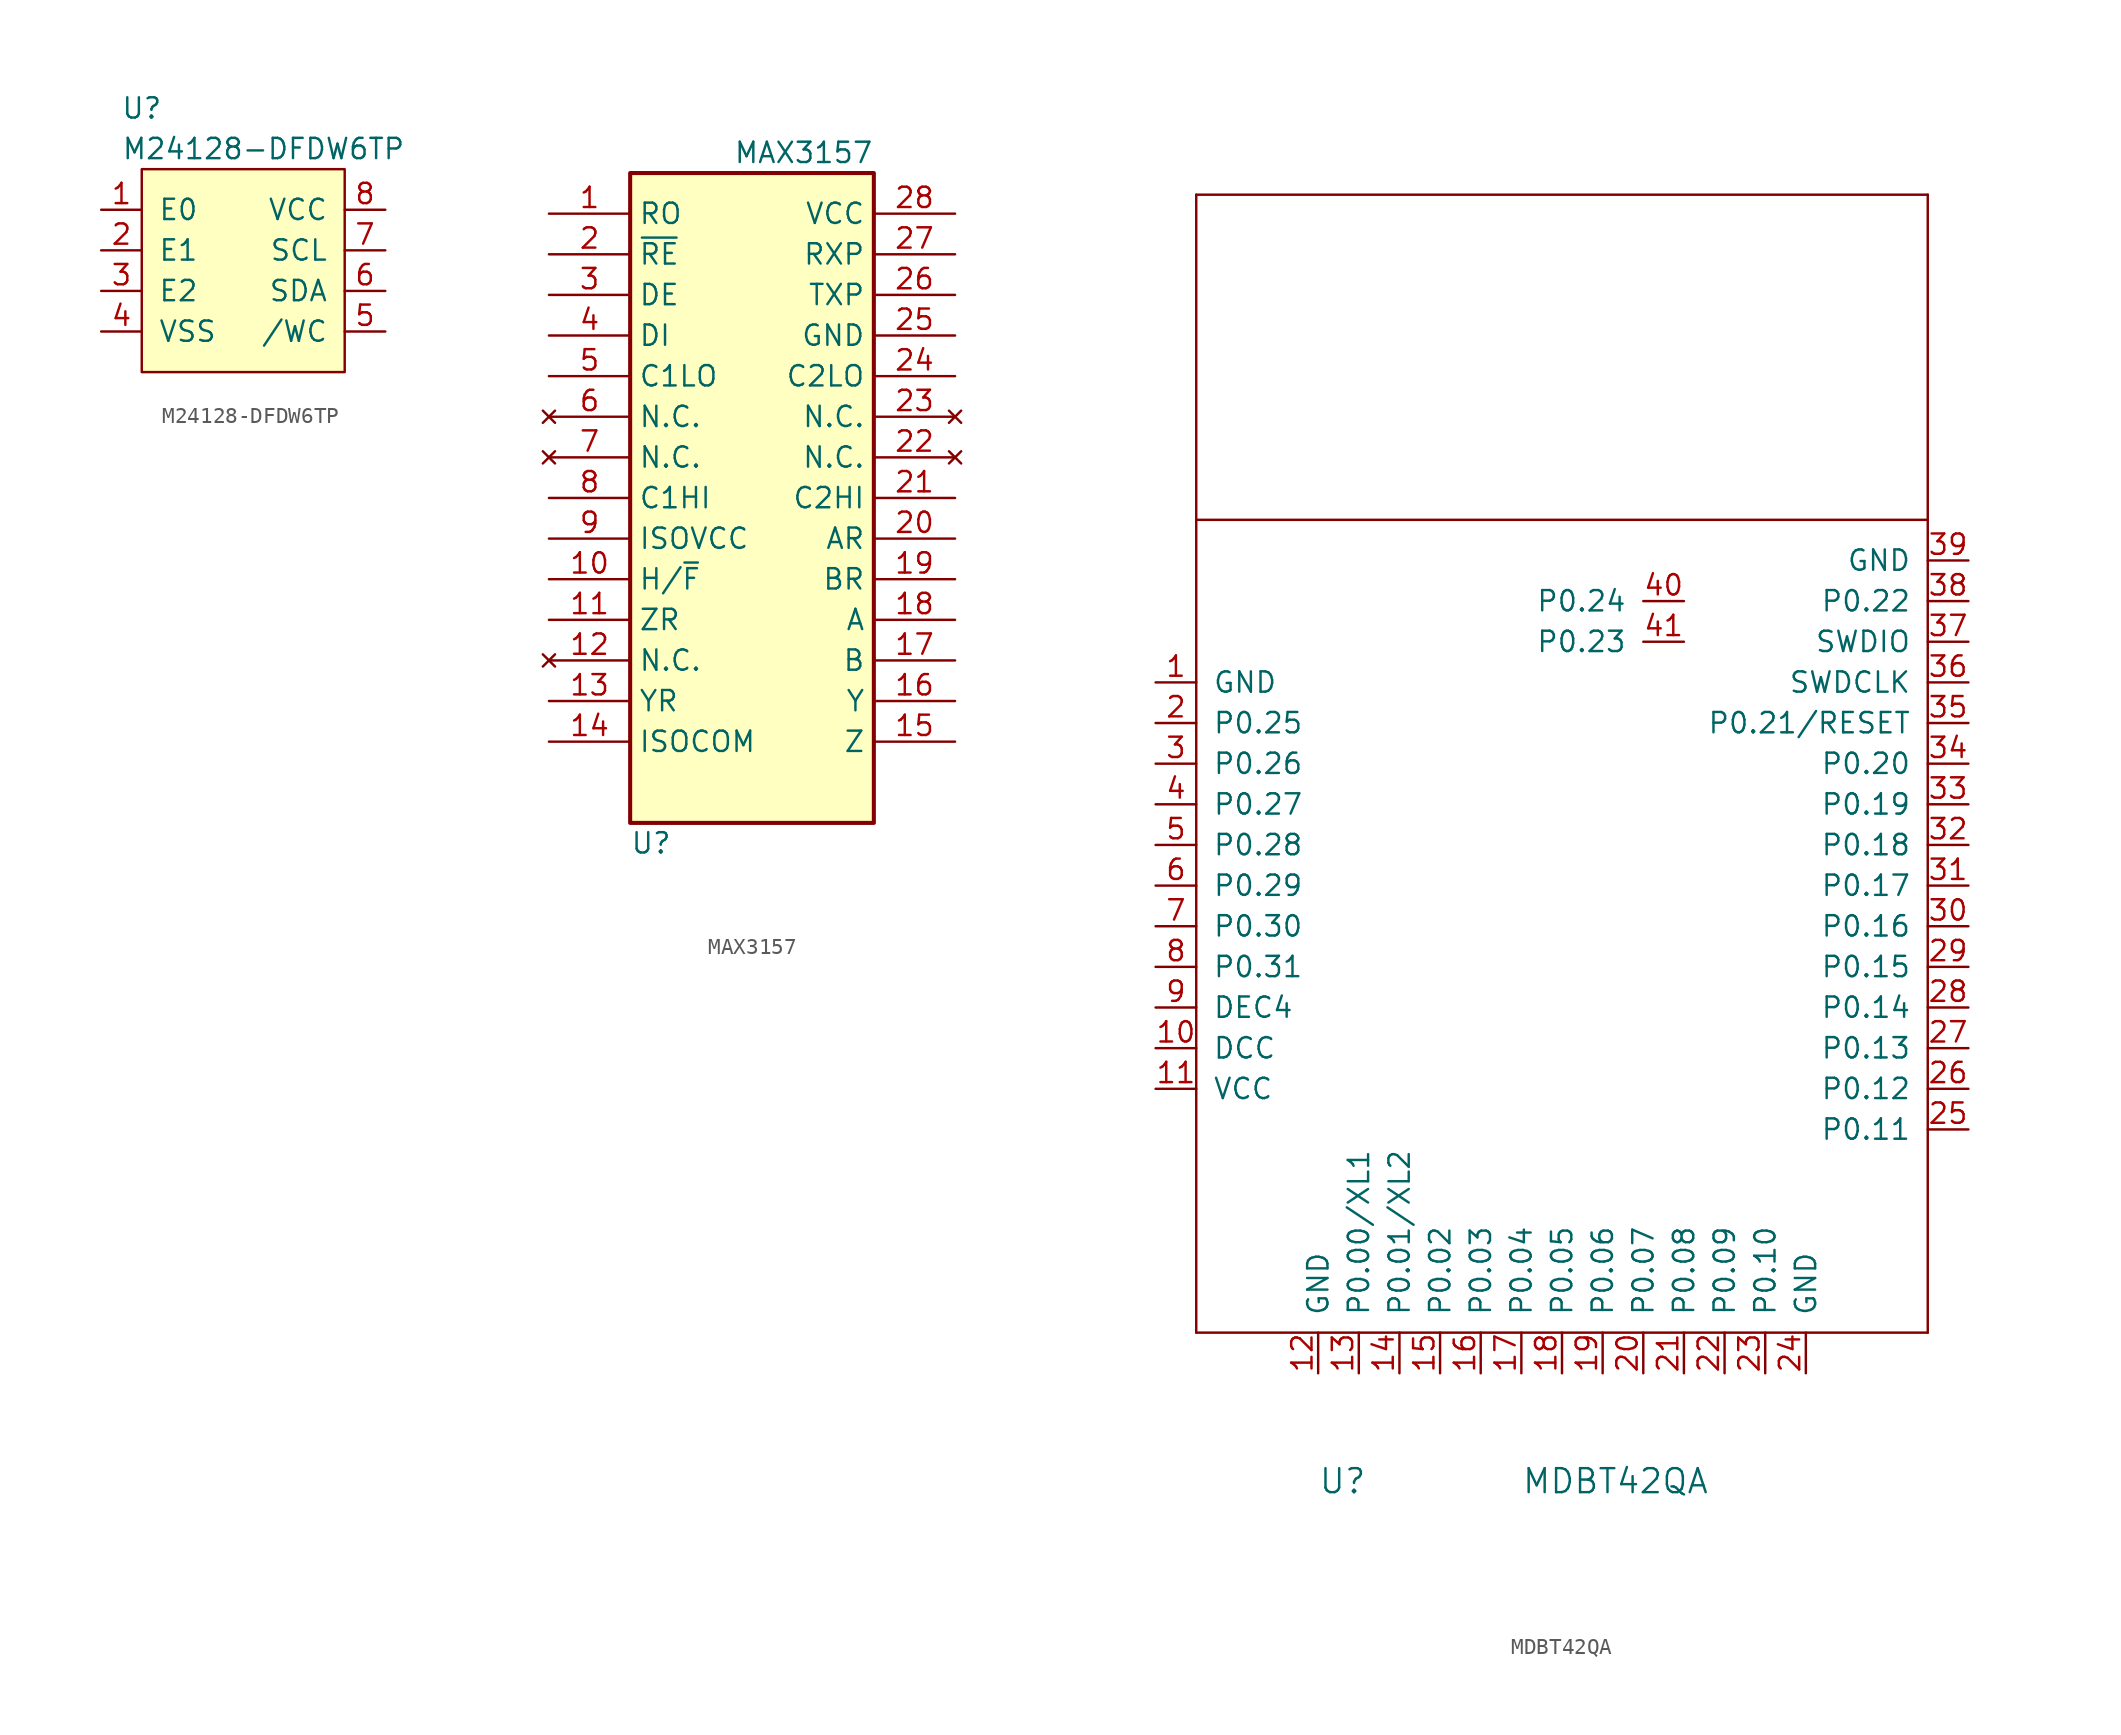
<source format=kicad_sym>
(kicad_symbol_lib
  (version 20201005)
  (generator kicad_symbol_editor)
  (symbol "mSchLibrary:M24128-DFDW6TP"
    (pin_names
      (offset 1.016))
    (property "Reference" "U"
      (at -6.35 10.16 0)
      (effects (font (size 1.27 1.27))))
    (property "Value" "M24128-DFDW6TP"
      (at 1.27 7.62 0)
      (effects (font (size 1.27 1.27))))
    (symbol "M24128-DFDW6TP_0_0"
      (pin input line (at -8.89 3.81 0) (length 2.54) (name "E0" (effects (font (size 1.27 1.27)))) (number "1" (effects (font (size 1.27 1.27)))))
      (pin input line (at -8.89 1.27 0) (length 2.54) (name "E1" (effects (font (size 1.27 1.27)))) (number "2" (effects (font (size 1.27 1.27)))))
      (pin input line (at -8.89 -1.27 0) (length 2.54) (name "E2" (effects (font (size 1.27 1.27)))) (number "3" (effects (font (size 1.27 1.27)))))
      (pin power_in line (at -8.89 -3.81 0) (length 2.54) (name "VSS" (effects (font (size 1.27 1.27)))) (number "4" (effects (font (size 1.27 1.27)))))
      (pin input line (at 8.89 -3.81 180) (length 2.54) (name "/WC" (effects (font (size 1.27 1.27)))) (number "5" (effects (font (size 1.27 1.27)))))
      (pin bidirectional line (at 8.89 -1.27 180) (length 2.54) (name "SDA" (effects (font (size 1.27 1.27)))) (number "6" (effects (font (size 1.27 1.27)))))
      (pin input line (at 8.89 1.27 180) (length 2.54) (name "SCL" (effects (font (size 1.27 1.27)))) (number "7" (effects (font (size 1.27 1.27)))))
      (pin power_in line (at 8.89 3.81 180) (length 2.54) (name "VCC" (effects (font (size 1.27 1.27)))) (number "8" (effects (font (size 1.27 1.27))))))
    (symbol "M24128-DFDW6TP_0_1"
      (rectangle (start -6.35 6.35) (end 6.35 -6.35) (stroke (width 0)) (fill (type background)))))
  (symbol "mSchLibrary:MAX3157"
    (property "Reference" "U"
      (at -7.62 -21.59 0)
      (effects (font (size 1.27 1.27)) (justify left)))
    (property "Value" "MAX3157"
      (at 7.62 21.59 0)
      (effects (font (size 1.27 1.27)) (justify right)))
    (symbol "MAX3157_0_0"
      (rectangle (start -7.62 20.32) (end 7.62 -20.32) (stroke (width 0.254)) (fill (type background))))
    (symbol "MAX3157_1_1"
      (pin input line (at -12.7 17.78 0) (length 5.08) (name "RO" (effects (font (size 1.27 1.27)))) (number "1" (effects (font (size 1.27 1.27)))))
      (pin input line (at -12.7 15.24 0) (length 5.08) (name "~RE" (effects (font (size 1.27 1.27)))) (number "2" (effects (font (size 1.27 1.27)))))
      (pin input line (at -12.7 12.7 0) (length 5.08) (name "DE" (effects (font (size 1.27 1.27)))) (number "3" (effects (font (size 1.27 1.27)))))
      (pin input line (at -12.7 10.16 0) (length 5.08) (name "DI" (effects (font (size 1.27 1.27)))) (number "4" (effects (font (size 1.27 1.27)))))
      (pin input line (at -12.7 7.62 0) (length 5.08) (name "C1LO" (effects (font (size 1.27 1.27)))) (number "5" (effects (font (size 1.27 1.27)))))
      (pin no_connect line (at -12.7 5.08 0) (length 5.08) (name "N.C." (effects (font (size 1.27 1.27)))) (number "6" (effects (font (size 1.27 1.27)))))
      (pin no_connect line (at -12.7 2.54 0) (length 5.08) (name "N.C." (effects (font (size 1.27 1.27)))) (number "7" (effects (font (size 1.27 1.27)))))
      (pin input line (at -12.7 0 0) (length 5.08) (name "C1HI" (effects (font (size 1.27 1.27)))) (number "8" (effects (font (size 1.27 1.27)))))
      (pin power_in line (at -12.7 -2.54 0) (length 5.08) (name "ISOVCC" (effects (font (size 1.27 1.27)))) (number "9" (effects (font (size 1.27 1.27)))))
      (pin input line (at -12.7 -5.08 0) (length 5.08) (name "H/~F" (effects (font (size 1.27 1.27)))) (number "10" (effects (font (size 1.27 1.27)))))
      (pin input line (at -12.7 -7.62 0) (length 5.08) (name "ZR" (effects (font (size 1.27 1.27)))) (number "11" (effects (font (size 1.27 1.27)))))
      (pin no_connect line (at -12.7 -10.16 0) (length 5.08) (name "N.C." (effects (font (size 1.27 1.27)))) (number "12" (effects (font (size 1.27 1.27)))))
      (pin input line (at -12.7 -12.7 0) (length 5.08) (name "YR" (effects (font (size 1.27 1.27)))) (number "13" (effects (font (size 1.27 1.27)))))
      (pin input line (at -12.7 -15.24 0) (length 5.08) (name "ISOCOM" (effects (font (size 1.27 1.27)))) (number "14" (effects (font (size 1.27 1.27)))))
      (pin bidirectional line (at 12.7 -15.24 180) (length 5.08) (name "Z" (effects (font (size 1.27 1.27)))) (number "15" (effects (font (size 1.27 1.27)))))
      (pin bidirectional line (at 12.7 -12.7 180) (length 5.08) (name "Y" (effects (font (size 1.27 1.27)))) (number "16" (effects (font (size 1.27 1.27)))))
      (pin bidirectional line (at 12.7 -10.16 180) (length 5.08) (name "B" (effects (font (size 1.27 1.27)))) (number "17" (effects (font (size 1.27 1.27)))))
      (pin bidirectional line (at 12.7 -7.62 180) (length 5.08) (name "A" (effects (font (size 1.27 1.27)))) (number "18" (effects (font (size 1.27 1.27)))))
      (pin input line (at 12.7 -5.08 180) (length 5.08) (name "BR" (effects (font (size 1.27 1.27)))) (number "19" (effects (font (size 1.27 1.27)))))
      (pin input line (at 12.7 -2.54 180) (length 5.08) (name "AR" (effects (font (size 1.27 1.27)))) (number "20" (effects (font (size 1.27 1.27)))))
      (pin input line (at 12.7 0 180) (length 5.08) (name "C2HI" (effects (font (size 1.27 1.27)))) (number "21" (effects (font (size 1.27 1.27)))))
      (pin no_connect line (at 12.7 2.54 180) (length 5.08) (name "N.C." (effects (font (size 1.27 1.27)))) (number "22" (effects (font (size 1.27 1.27)))))
      (pin no_connect line (at 12.7 5.08 180) (length 5.08) (name "N.C." (effects (font (size 1.27 1.27)))) (number "23" (effects (font (size 1.27 1.27)))))
      (pin input line (at 12.7 7.62 180) (length 5.08) (name "C2LO" (effects (font (size 1.27 1.27)))) (number "24" (effects (font (size 1.27 1.27)))))
      (pin power_in line (at 12.7 10.16 180) (length 5.08) (name "GND" (effects (font (size 1.27 1.27)))) (number "25" (effects (font (size 1.27 1.27)))))
      (pin input line (at 12.7 12.7 180) (length 5.08) (name "TXP" (effects (font (size 1.27 1.27)))) (number "26" (effects (font (size 1.27 1.27)))))
      (pin input line (at 12.7 15.24 180) (length 5.08) (name "RXP" (effects (font (size 1.27 1.27)))) (number "27" (effects (font (size 1.27 1.27)))))
      (pin power_in line (at 12.7 17.78 180) (length 5.08) (name "VCC" (effects (font (size 1.27 1.27)))) (number "28" (effects (font (size 1.27 1.27)))))))
  (symbol "mSchLibrary:MDBT42QA"
    (pin_names
      (offset 1.016))
    (property "Reference" "U"
      (at 2.54 -25.4 0)
      (effects (font (size 1.499 1.499)) (justify left bottom)))
    (property "Value" "MDBT42QA"
      (at 15.24 -25.4 0)
      (effects (font (size 1.499 1.499)) (justify left bottom)))
    (symbol "MDBT42QA_1_0"
      (polyline (pts (xy -5.08 -15.24) (xy 40.64 -15.24)) (stroke (width 0)) (fill (type none)))
      (polyline (pts (xy -5.08 35.56) (xy -5.08 -15.24)) (stroke (width 0)) (fill (type none)))
      (polyline (pts (xy -5.08 55.88) (xy -5.08 35.56)) (stroke (width 0)) (fill (type none)))
      (polyline (pts (xy 40.64 -15.24) (xy 40.64 35.56)) (stroke (width 0)) (fill (type none)))
      (polyline (pts (xy 40.64 35.56) (xy -5.08 35.56)) (stroke (width 0)) (fill (type none)))
      (polyline (pts (xy 40.64 35.56) (xy 40.64 55.88)) (stroke (width 0)) (fill (type none)))
      (polyline (pts (xy 40.64 55.88) (xy -5.08 55.88)) (stroke (width 0)) (fill (type none)))
      (pin power_in line (at -7.62 25.4 0) (length 2.54) (name "GND" (effects (font (size 1.27 1.27)))) (number "1" (effects (font (size 1.27 1.27)))))
      (pin bidirectional line (at -7.62 2.54 0) (length 2.54) (name "DCC" (effects (font (size 1.27 1.27)))) (number "10" (effects (font (size 1.27 1.27)))))
      (pin power_in line (at -7.62 0 0) (length 2.54) (name "VCC" (effects (font (size 1.27 1.27)))) (number "11" (effects (font (size 1.27 1.27)))))
      (pin power_in line (at 2.54 -17.78 90) (length 2.54) (name "GND" (effects (font (size 1.27 1.27)))) (number "12" (effects (font (size 1.27 1.27)))))
      (pin bidirectional line (at 5.08 -17.78 90) (length 2.54) (name "P0.00/XL1" (effects (font (size 1.27 1.27)))) (number "13" (effects (font (size 1.27 1.27)))))
      (pin bidirectional line (at 7.62 -17.78 90) (length 2.54) (name "P0.01/XL2" (effects (font (size 1.27 1.27)))) (number "14" (effects (font (size 1.27 1.27)))))
      (pin bidirectional line (at 10.16 -17.78 90) (length 2.54) (name "P0.02" (effects (font (size 1.27 1.27)))) (number "15" (effects (font (size 1.27 1.27)))))
      (pin bidirectional line (at 12.7 -17.78 90) (length 2.54) (name "P0.03" (effects (font (size 1.27 1.27)))) (number "16" (effects (font (size 1.27 1.27)))))
      (pin bidirectional line (at 15.24 -17.78 90) (length 2.54) (name "P0.04" (effects (font (size 1.27 1.27)))) (number "17" (effects (font (size 1.27 1.27)))))
      (pin bidirectional line (at 17.78 -17.78 90) (length 2.54) (name "P0.05" (effects (font (size 1.27 1.27)))) (number "18" (effects (font (size 1.27 1.27)))))
      (pin bidirectional line (at 20.32 -17.78 90) (length 2.54) (name "P0.06" (effects (font (size 1.27 1.27)))) (number "19" (effects (font (size 1.27 1.27)))))
      (pin bidirectional line (at -7.62 22.86 0) (length 2.54) (name "P0.25" (effects (font (size 1.27 1.27)))) (number "2" (effects (font (size 1.27 1.27)))))
      (pin bidirectional line (at 22.86 -17.78 90) (length 2.54) (name "P0.07" (effects (font (size 1.27 1.27)))) (number "20" (effects (font (size 1.27 1.27)))))
      (pin bidirectional line (at 25.4 -17.78 90) (length 2.54) (name "P0.08" (effects (font (size 1.27 1.27)))) (number "21" (effects (font (size 1.27 1.27)))))
      (pin bidirectional line (at 27.94 -17.78 90) (length 2.54) (name "P0.09" (effects (font (size 1.27 1.27)))) (number "22" (effects (font (size 1.27 1.27)))))
      (pin bidirectional line (at 30.48 -17.78 90) (length 2.54) (name "P0.10" (effects (font (size 1.27 1.27)))) (number "23" (effects (font (size 1.27 1.27)))))
      (pin power_out line (at 33.02 -17.78 90) (length 2.54) (name "GND" (effects (font (size 1.27 1.27)))) (number "24" (effects (font (size 1.27 1.27)))))
      (pin bidirectional line (at 43.18 -2.54 180) (length 2.54) (name "P0.11" (effects (font (size 1.27 1.27)))) (number "25" (effects (font (size 1.27 1.27)))))
      (pin bidirectional line (at 43.18 0 180) (length 2.54) (name "P0.12" (effects (font (size 1.27 1.27)))) (number "26" (effects (font (size 1.27 1.27)))))
      (pin bidirectional line (at 43.18 2.54 180) (length 2.54) (name "P0.13" (effects (font (size 1.27 1.27)))) (number "27" (effects (font (size 1.27 1.27)))))
      (pin bidirectional line (at 43.18 5.08 180) (length 2.54) (name "P0.14" (effects (font (size 1.27 1.27)))) (number "28" (effects (font (size 1.27 1.27)))))
      (pin bidirectional line (at 43.18 7.62 180) (length 2.54) (name "P0.15" (effects (font (size 1.27 1.27)))) (number "29" (effects (font (size 1.27 1.27)))))
      (pin bidirectional line (at -7.62 20.32 0) (length 2.54) (name "P0.26" (effects (font (size 1.27 1.27)))) (number "3" (effects (font (size 1.27 1.27)))))
      (pin bidirectional line (at 43.18 10.16 180) (length 2.54) (name "P0.16" (effects (font (size 1.27 1.27)))) (number "30" (effects (font (size 1.27 1.27)))))
      (pin bidirectional line (at 43.18 12.7 180) (length 2.54) (name "P0.17" (effects (font (size 1.27 1.27)))) (number "31" (effects (font (size 1.27 1.27)))))
      (pin bidirectional line (at 43.18 15.24 180) (length 2.54) (name "P0.18" (effects (font (size 1.27 1.27)))) (number "32" (effects (font (size 1.27 1.27)))))
      (pin bidirectional line (at 43.18 17.78 180) (length 2.54) (name "P0.19" (effects (font (size 1.27 1.27)))) (number "33" (effects (font (size 1.27 1.27)))))
      (pin bidirectional line (at 43.18 20.32 180) (length 2.54) (name "P0.20" (effects (font (size 1.27 1.27)))) (number "34" (effects (font (size 1.27 1.27)))))
      (pin bidirectional line (at 43.18 22.86 180) (length 2.54) (name "P0.21/RESET" (effects (font (size 1.27 1.27)))) (number "35" (effects (font (size 1.27 1.27)))))
      (pin bidirectional line (at 43.18 25.4 180) (length 2.54) (name "SWDCLK" (effects (font (size 1.27 1.27)))) (number "36" (effects (font (size 1.27 1.27)))))
      (pin bidirectional line (at 43.18 27.94 180) (length 2.54) (name "SWDIO" (effects (font (size 1.27 1.27)))) (number "37" (effects (font (size 1.27 1.27)))))
      (pin bidirectional line (at 43.18 30.48 180) (length 2.54) (name "P0.22" (effects (font (size 1.27 1.27)))) (number "38" (effects (font (size 1.27 1.27)))))
      (pin power_out line (at 43.18 33.02 180) (length 2.54) (name "GND" (effects (font (size 1.27 1.27)))) (number "39" (effects (font (size 1.27 1.27)))))
      (pin bidirectional line (at -7.62 17.78 0) (length 2.54) (name "P0.27" (effects (font (size 1.27 1.27)))) (number "4" (effects (font (size 1.27 1.27)))))
      (pin bidirectional line (at 25.4 30.48 180) (length 2.54) (name "P0.24" (effects (font (size 1.27 1.27)))) (number "40" (effects (font (size 1.27 1.27)))))
      (pin bidirectional line (at 25.4 27.94 180) (length 2.54) (name "P0.23" (effects (font (size 1.27 1.27)))) (number "41" (effects (font (size 1.27 1.27)))))
      (pin bidirectional line (at -7.62 15.24 0) (length 2.54) (name "P0.28" (effects (font (size 1.27 1.27)))) (number "5" (effects (font (size 1.27 1.27)))))
      (pin bidirectional line (at -7.62 12.7 0) (length 2.54) (name "P0.29" (effects (font (size 1.27 1.27)))) (number "6" (effects (font (size 1.27 1.27)))))
      (pin bidirectional line (at -7.62 10.16 0) (length 2.54) (name "P0.30" (effects (font (size 1.27 1.27)))) (number "7" (effects (font (size 1.27 1.27)))))
      (pin bidirectional line (at -7.62 7.62 0) (length 2.54) (name "P0.31" (effects (font (size 1.27 1.27)))) (number "8" (effects (font (size 1.27 1.27)))))
      (pin bidirectional line (at -7.62 5.08 0) (length 2.54) (name "DEC4" (effects (font (size 1.27 1.27)))) (number "9" (effects (font (size 1.27 1.27))))))))
</source>
